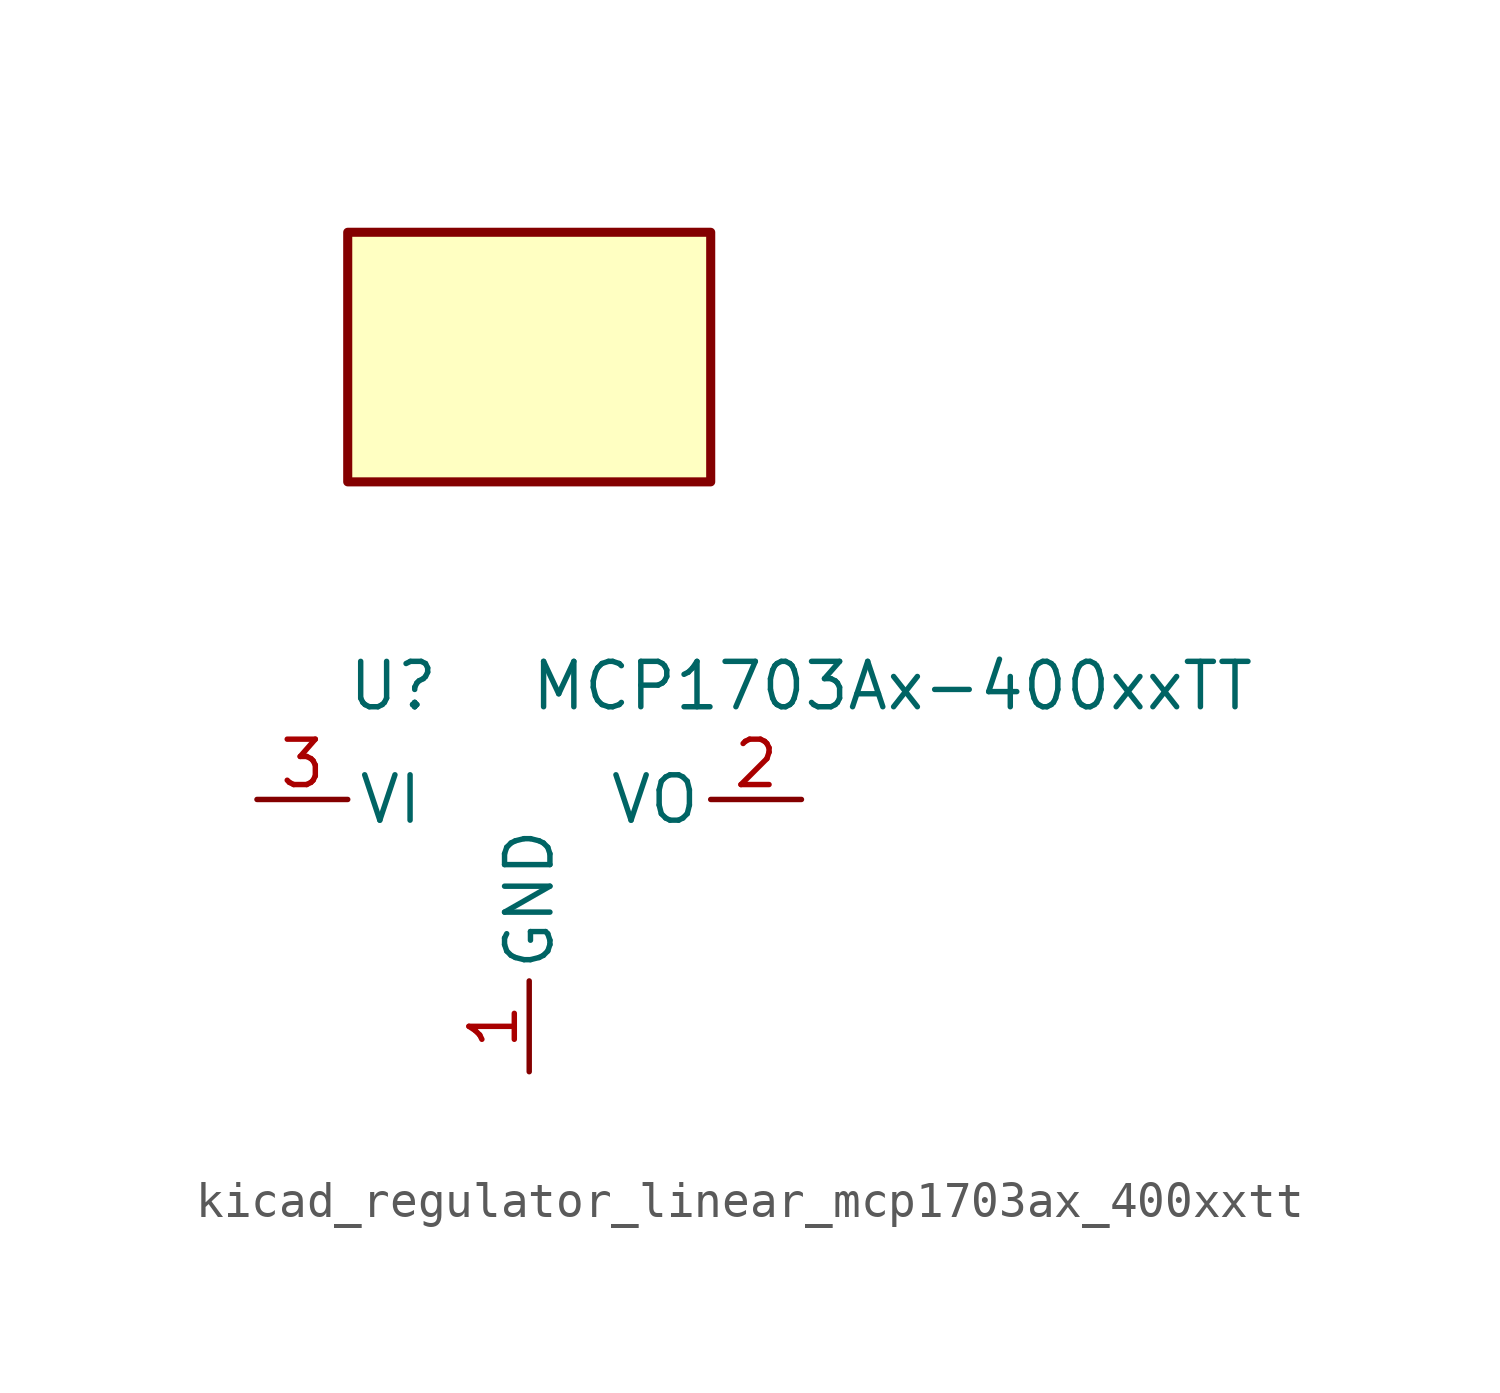
<source format=kicad_sym>
(kicad_symbol_lib
  (version 20220914)
  (generator kicad_symbol_editor)
  (symbol "kicad_regulator_linear_mcp1703ax_400xxtt"
    (pin_names
      (offset 0.254))
    (property "Reference" "U"
      (at -3.81 3.175 0)
      (effects (font (size 1.27 1.27))))
    (property "Value" "MCP1703Ax-400xxTT"
      (at 0 3.175 0)
      (effects (font (size 1.27 1.27)) (justify left)))
    (symbol "kicad_regulator_linear_mcp1703ax_400xxtt_0_1"
      (rectangle (start 5.08 15.875) (end -5.08 8.89) (stroke (width 0.254) (type default)) (fill (type background))))
    (symbol "kicad_regulator_linear_mcp1703ax_400xxtt_1_1"
      (pin power_in line (at 0 -7.62 90) (length 2.54) (name "GND" (effects (font (size 1.27 1.27)))) (number "1" (effects (font (size 1.27 1.27)))))
      (pin power_out line (at 7.62 0 180) (length 2.54) (name "VO" (effects (font (size 1.27 1.27)))) (number "2" (effects (font (size 1.27 1.27)))))
      (pin power_in line (at -7.62 0 0) (length 2.54) (name "VI" (effects (font (size 1.27 1.27)))) (number "3" (effects (font (size 1.27 1.27))))))))
</source>
